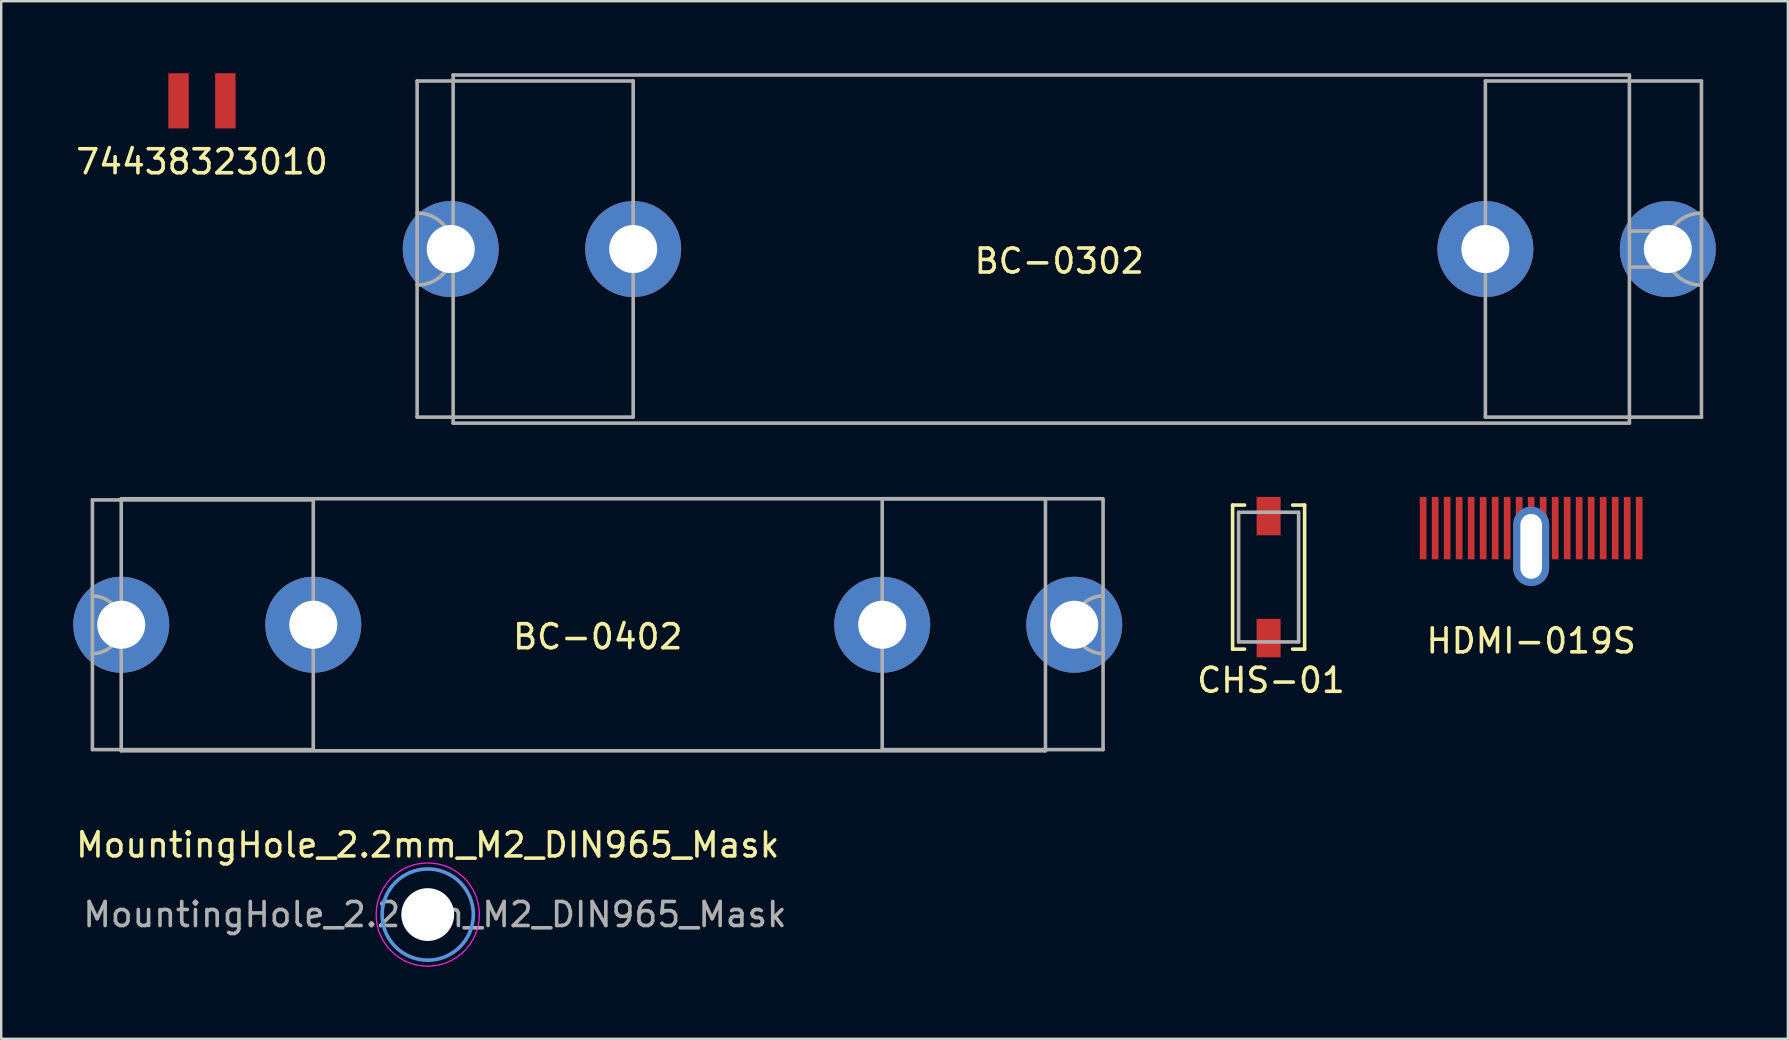
<source format=kicad_pcb>
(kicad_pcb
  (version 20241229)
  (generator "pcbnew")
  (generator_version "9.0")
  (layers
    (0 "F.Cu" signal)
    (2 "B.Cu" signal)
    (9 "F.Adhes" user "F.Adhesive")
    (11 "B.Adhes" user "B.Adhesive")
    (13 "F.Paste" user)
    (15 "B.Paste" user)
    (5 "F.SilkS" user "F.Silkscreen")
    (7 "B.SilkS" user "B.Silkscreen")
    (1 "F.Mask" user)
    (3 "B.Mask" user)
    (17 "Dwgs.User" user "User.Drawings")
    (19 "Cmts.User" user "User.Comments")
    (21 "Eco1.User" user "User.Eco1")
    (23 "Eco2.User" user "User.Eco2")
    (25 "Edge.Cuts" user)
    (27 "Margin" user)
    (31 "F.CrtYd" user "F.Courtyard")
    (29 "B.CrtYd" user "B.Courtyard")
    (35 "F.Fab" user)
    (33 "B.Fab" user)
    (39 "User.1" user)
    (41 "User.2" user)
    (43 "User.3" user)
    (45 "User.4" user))
  (footprint "BC-0402"
    (layer "F.Cu")
    (at 21.85 22.975)
    (property "Reference" "BC-0402" (at 0 0.5 0) (layer "F.SilkS") (effects (font (size 1 1) (thickness 0.15))))
    (attr through_hole)
    (fp_line (start -21.05 -5.2) (end -21.05 5.2) (stroke (width 0.15) (type solid)) (layer "F.Fab"))
    (fp_line (start -19.85 5.25) (end -19.85 -5.25) (stroke (width 0.15) (type solid)) (layer "F.Fab"))
    (fp_line (start -11.85 -5.2) (end -21.05 -5.2) (stroke (width 0.15) (type solid)) (layer "F.Fab"))
    (fp_line (start -11.85 -5.2) (end -11.85 5.2) (stroke (width 0.15) (type solid)) (layer "F.Fab"))
    (fp_line (start -11.85 5.2) (end -21.05 5.2) (stroke (width 0.15) (type solid)) (layer "F.Fab"))
    (fp_line (start 11.85 -5.2) (end 11.85 5.2) (stroke (width 0.15) (type solid)) (layer "F.Fab"))
    (fp_line (start 18.65 -5.25) (end -19.85 -5.25) (stroke (width 0.15) (type solid)) (layer "F.Fab"))
    (fp_line (start 18.65 5.25) (end -19.85 5.25) (stroke (width 0.15) (type solid)) (layer "F.Fab"))
    (fp_line (start 18.65 5.25) (end 18.65 -5.25) (stroke (width 0.15) (type solid)) (layer "F.Fab"))
    (fp_line (start 19.85 0.75) (end 19.85 -0.75) (stroke (width 0.15) (type solid)) (layer "F.Fab"))
    (fp_line (start 21.05 -5.25) (end 11.85 -5.25) (stroke (width 0.15) (type solid)) (layer "F.Fab"))
    (fp_line (start 21.05 -5.2) (end 21.05 5.2) (stroke (width 0.15) (type solid)) (layer "F.Fab"))
    (fp_line (start 21.05 5.2) (end 11.85 5.2) (stroke (width 0.15) (type solid)) (layer "F.Fab"))
    (fp_arc (start -21.05 -1.2) (mid -19.85 0) (end -21.05 1.2) (stroke (width 0.15) (type solid)) (layer "F.Fab"))
    (fp_arc (start 21.05 1.2) (mid 19.85 0) (end 21.05 -1.2) (stroke (width 0.15) (type solid)) (layer "F.Fab"))
    (pad "1" thru_hole circle (at 11.85 0) (size 4 4) (drill 2) (layers "*.Cu" "*.Mask"))
    (pad "1" thru_hole circle (at 19.85 0) (size 4 4) (drill 2) (layers "*.Cu" "*.Mask"))
    (pad "2" thru_hole circle (at -19.85 0) (size 4 4) (drill 2) (layers "*.Cu" "*.Mask"))
    (pad "2" thru_hole circle (at -11.85 0) (size 4 4) (drill 2) (layers "*.Cu" "*.Mask")))
  (footprint "BC-0302"
    (layer "F.Cu")
    (at 41.076 7.325)
    (property "Reference" "BC-0302" (at 0 0.5 0) (layer "F.SilkS") (effects (font (size 1 1) (thickness 0.15))))
    (attr through_hole)
    (fp_line (start -26.75 -7) (end -26.75 7) (stroke (width 0.15) (type solid)) (layer "F.Fab"))
    (fp_line (start -26.75 -7) (end -17.75 -7) (stroke (width 0.15) (type solid)) (layer "F.Fab"))
    (fp_line (start -26.75 7) (end -17.75 7) (stroke (width 0.15) (type solid)) (layer "F.Fab"))
    (fp_line (start -25.25 -7.25) (end 23.75 -7.25) (stroke (width 0.15) (type solid)) (layer "F.Fab"))
    (fp_line (start -25.25 7.25) (end -25.25 -7.25) (stroke (width 0.15) (type solid)) (layer "F.Fab"))
    (fp_line (start -25.25 7.25) (end 23.75 7.25) (stroke (width 0.15) (type solid)) (layer "F.Fab"))
    (fp_line (start -17.75 -7) (end -17.75 7) (stroke (width 0.15) (type solid)) (layer "F.Fab"))
    (fp_line (start 17.75 -7) (end 17.75 7) (stroke (width 0.15) (type solid)) (layer "F.Fab"))
    (fp_line (start 23.75 -0.75) (end 25.25 -0.75) (stroke (width 0.15) (type solid)) (layer "F.Fab"))
    (fp_line (start 23.75 0.75) (end 25.25 0.75) (stroke (width 0.15) (type solid)) (layer "F.Fab"))
    (fp_line (start 23.75 7.25) (end 23.75 -7.25) (stroke (width 0.15) (type solid)) (layer "F.Fab"))
    (fp_line (start 25.25 0.75) (end 25.25 -0.75) (stroke (width 0.15) (type solid)) (layer "F.Fab"))
    (fp_line (start 26.75 -7) (end 17.75 -7) (stroke (width 0.15) (type solid)) (layer "F.Fab"))
    (fp_line (start 26.75 -7) (end 26.75 7) (stroke (width 0.15) (type solid)) (layer "F.Fab"))
    (fp_line (start 26.75 7) (end 17.75 7) (stroke (width 0.15) (type solid)) (layer "F.Fab"))
    (fp_arc (start -26.75 -1.5) (mid -25.25 0) (end -26.75 1.5) (stroke (width 0.15) (type solid)) (layer "F.Fab"))
    (fp_arc (start 26.75 1.5) (mid 25.25 0) (end 26.75 -1.5) (stroke (width 0.15) (type solid)) (layer "F.Fab"))
    (pad "1" thru_hole circle (at 17.75 0) (size 4 4) (drill 2) (layers "*.Cu" "*.Mask"))
    (pad "1" thru_hole circle (at 25.35 0) (size 4 4) (drill 2) (layers "*.Cu" "*.Mask"))
    (pad "2" thru_hole circle (at -25.35 0) (size 4 4) (drill 2) (layers "*.Cu" "*.Mask"))
    (pad "2" thru_hole circle (at -17.75 0) (size 4 4) (drill 2) (layers "*.Cu" "*.Mask")))
  (footprint "CHS-01"
    (layer "F.Cu")
    (at 49.796 20.99)
    (property "Reference" "CHS-01" (at 0.1 4.3 0) (layer "F.SilkS") (effects (font (size 1 1) (thickness 0.15))))
    (attr through_hole)
    (fp_line (start -1.5 -3) (end -1 -3) (stroke (width 0.15) (type solid)) (layer "F.SilkS"))
    (fp_line (start -1.5 3) (end -1.5 -3) (stroke (width 0.15) (type solid)) (layer "F.SilkS"))
    (fp_line (start -1 3) (end -1.5 3) (stroke (width 0.15) (type solid)) (layer "F.SilkS"))
    (fp_line (start 1 -3) (end 1.5 -3) (stroke (width 0.15) (type solid)) (layer "F.SilkS"))
    (fp_line (start 1.5 -3) (end 1.5 3) (stroke (width 0.15) (type solid)) (layer "F.SilkS"))
    (fp_line (start 1.5 3) (end 1 3) (stroke (width 0.15) (type solid)) (layer "F.SilkS"))
    (fp_line (start -1.25 -2.7) (end 1.25 -2.7) (stroke (width 0.15) (type solid)) (layer "F.Fab"))
    (fp_line (start -1.25 2.7) (end -1.25 -2.7) (stroke (width 0.15) (type solid)) (layer "F.Fab"))
    (fp_line (start -1.25 2.7) (end 1.25 2.7) (stroke (width 0.15) (type solid)) (layer "F.Fab"))
    (fp_line (start 1.25 2.7) (end 1.25 -2.7) (stroke (width 0.15) (type solid)) (layer "F.Fab"))
    (pad "1" smd rect (at 0 -2.54) (size 1 1.6) (layers "F.Cu" "F.Mask" "F.Paste"))
    (pad "2" smd rect (at 0 2.54) (size 1 1.6) (layers "F.Cu" "F.Mask" "F.Paste")))
  (footprint "MountingHole_2.2mm_M2_DIN965_Mask"
    (layer "F.Cu")
    (at 14.768 35.048)
    (property "Reference" "MountingHole_2.2mm_M2_DIN965_Mask" (at 0 -2.9 0) (layer "F.SilkS") (effects (font (size 1 1) (thickness 0.15))))
    (attr exclude_from_pos_files exclude_from_bom)
    (fp_circle (center 0 0) (end 1.9 0) (stroke (width 0.15) (type solid)) (fill no) (layer "Cmts.User"))
    (fp_circle (center 0 0) (end 2.15 0) (stroke (width 0.05) (type solid)) (fill no) (layer "F.CrtYd"))
    (fp_text user "${REFERENCE}" (at 0.3 0 0) (layer "F.Fab") (effects (font (size 1 1) (thickness 0.15))))
    (pad "" smd circle (at 0 0) (size 2.05 2.05) (layers "*.Paste" "F.Cu"))
    (pad "" np_thru_hole circle (at 0 0) (size 2.2 2.2) (drill 2.2) (layers "*.Cu" "*.Mask")))
  (footprint "HDMI-019S"
    (layer "F.Cu")
    (at 60.733 19.71)
    (property "Reference" "HDMI-019S" (at 0 3.937 0) (layer "F.SilkS") (effects (font (size 1 1) (thickness 0.15))))
    (attr through_hole)
    (pad "1" smd rect (at 4.5 -0.76) (size 0.28 2.6) (layers "F.Cu" "F.Mask" "F.Paste"))
    (pad "2" smd rect (at 4 -0.76) (size 0.28 2.6) (layers "F.Cu" "F.Mask" "F.Paste"))
    (pad "3" smd rect (at 3.5 -0.76) (size 0.28 2.6) (layers "F.Cu" "F.Mask" "F.Paste"))
    (pad "4" smd rect (at 3 -0.76) (size 0.28 2.6) (layers "F.Cu" "F.Mask" "F.Paste"))
    (pad "5" smd rect (at 2.5 -0.76) (size 0.28 2.6) (layers "F.Cu" "F.Mask" "F.Paste"))
    (pad "6" smd rect (at 2 -0.76) (size 0.28 2.6) (layers "F.Cu" "F.Mask" "F.Paste"))
    (pad "7" smd rect (at 1.5 -0.76) (size 0.28 2.6) (layers "F.Cu" "F.Mask" "F.Paste"))
    (pad "8" smd rect (at 1 -0.76) (size 0.28 2.6) (layers "F.Cu" "F.Mask" "F.Paste"))
    (pad "9" smd rect (at 0.5 -0.76) (size 0.28 2.6) (layers "F.Cu" "F.Mask" "F.Paste"))
    (pad "10" smd rect (at 0 -0.76) (size 0.28 2.6) (layers "F.Cu" "F.Mask" "F.Paste"))
    (pad "11" smd rect (at -0.5 -0.76) (size 0.28 2.6) (layers "F.Cu" "F.Mask" "F.Paste"))
    (pad "12" smd rect (at -1 -0.76) (size 0.28 2.6) (layers "F.Cu" "F.Mask" "F.Paste"))
    (pad "13" smd rect (at -1.5 -0.76) (size 0.28 2.6) (layers "F.Cu" "F.Mask" "F.Paste"))
    (pad "14" smd rect (at -2 -0.76) (size 0.28 2.6) (layers "F.Cu" "F.Mask" "F.Paste"))
    (pad "15" smd rect (at -2.5 -0.76) (size 0.28 2.6) (layers "F.Cu" "F.Mask" "F.Paste"))
    (pad "16" smd rect (at -3 -0.76) (size 0.28 2.6) (layers "F.Cu" "F.Mask" "F.Paste"))
    (pad "17" smd rect (at -3.5 -0.76) (size 0.28 2.6) (layers "F.Cu" "F.Mask" "F.Paste"))
    (pad "18" smd rect (at -4 -0.76) (size 0.28 2.6) (layers "F.Cu" "F.Mask" "F.Paste"))
    (pad "19" smd rect (at -4.5 -0.76) (size 0.28 2.6) (layers "F.Cu" "F.Mask" "F.Paste"))
    (pad "20" thru_hole oval (at 0 0) (size 1.5 3.3) (drill oval 0.9 2.7) (layers "*.Cu" "*.Mask")))
  (footprint "74438323010"
    (layer "F.Cu")
    (at 5.363 1.15)
    (property "Reference" "74438323010" (at 0 2.54 0) (layer "F.SilkS") (effects (font (size 1 1) (thickness 0.15))))
    (attr through_hole)
    (pad "1" smd rect (at -0.975 0) (size 0.85 2.3) (layers "F.Cu" "F.Mask" "F.Paste"))
    (pad "2" smd rect (at 0.975 0) (size 0.85 2.3) (layers "F.Cu" "F.Mask" "F.Paste")))
  (gr_rect
    (start -3 -3)
    (end 71.426 40.223)
    (stroke (width 0.1) (type default))
    (fill no)
    (layer "Edge.Cuts")))
</source>
